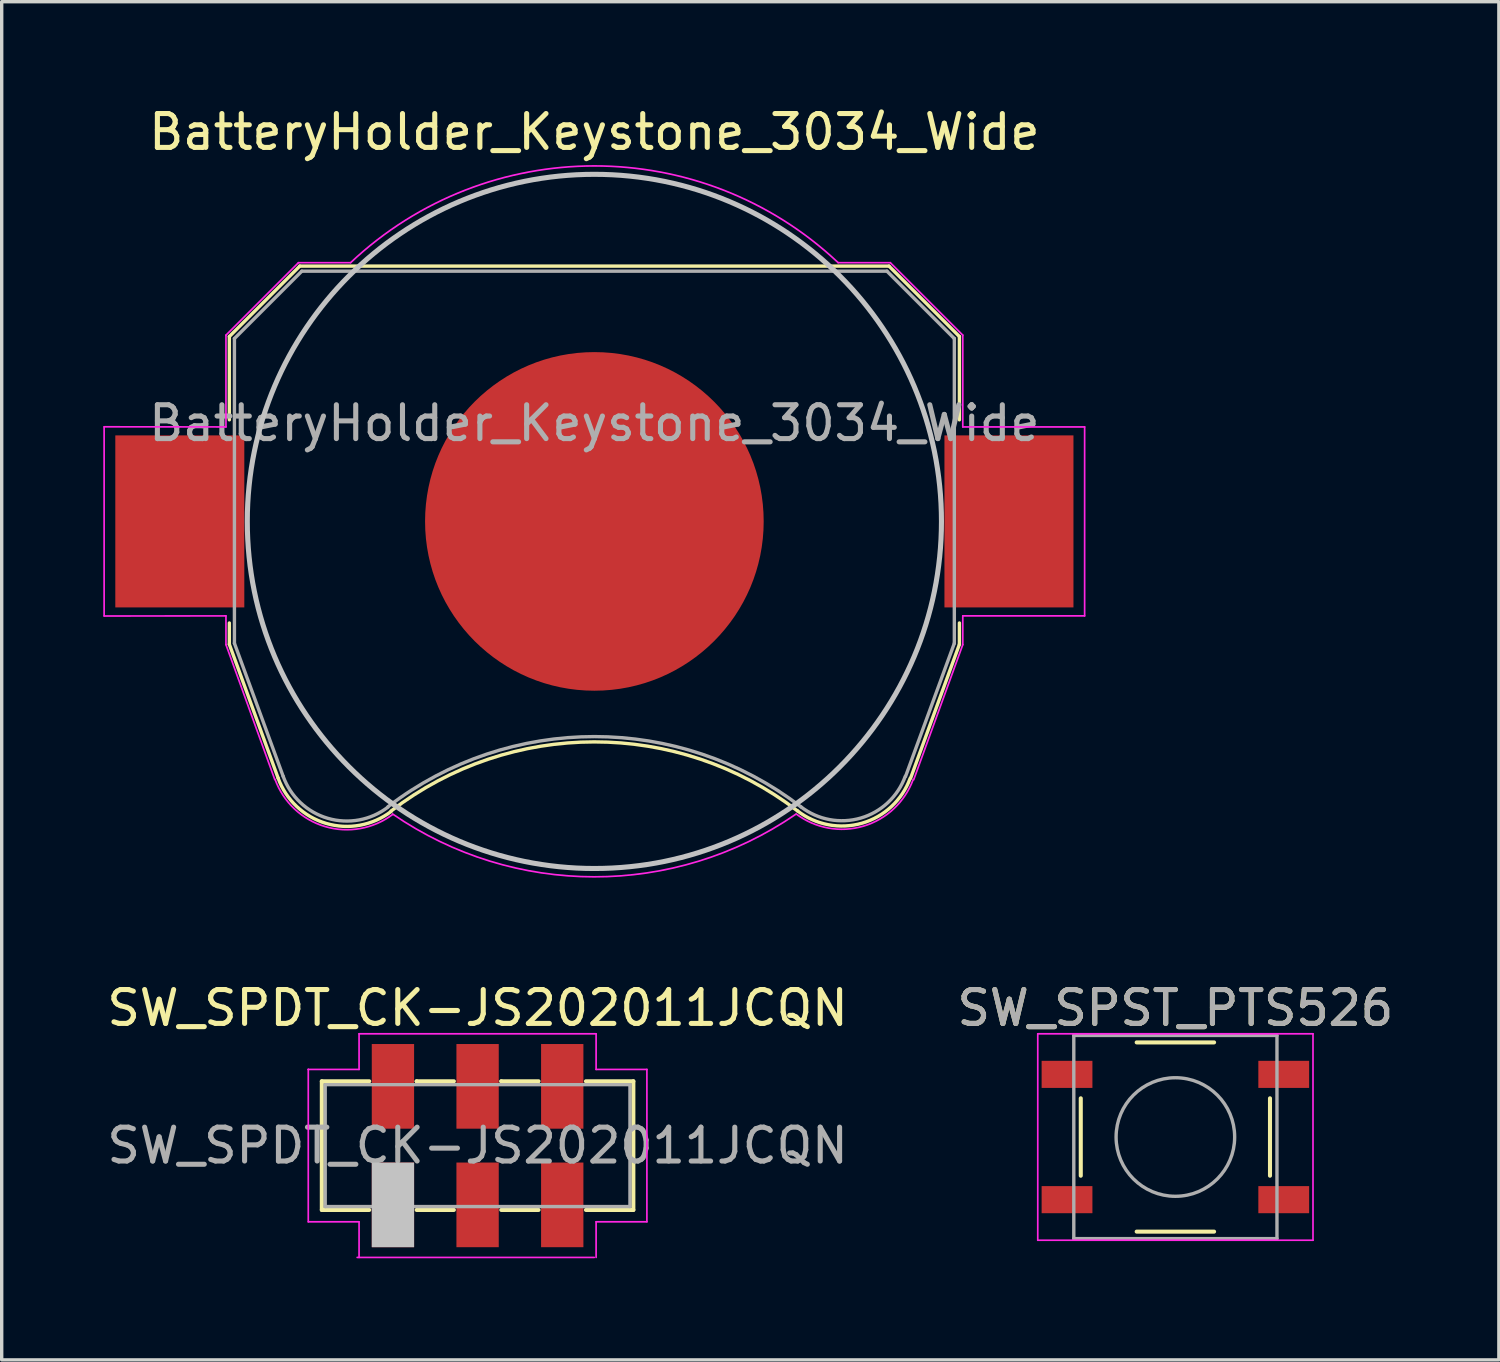
<source format=kicad_pcb>
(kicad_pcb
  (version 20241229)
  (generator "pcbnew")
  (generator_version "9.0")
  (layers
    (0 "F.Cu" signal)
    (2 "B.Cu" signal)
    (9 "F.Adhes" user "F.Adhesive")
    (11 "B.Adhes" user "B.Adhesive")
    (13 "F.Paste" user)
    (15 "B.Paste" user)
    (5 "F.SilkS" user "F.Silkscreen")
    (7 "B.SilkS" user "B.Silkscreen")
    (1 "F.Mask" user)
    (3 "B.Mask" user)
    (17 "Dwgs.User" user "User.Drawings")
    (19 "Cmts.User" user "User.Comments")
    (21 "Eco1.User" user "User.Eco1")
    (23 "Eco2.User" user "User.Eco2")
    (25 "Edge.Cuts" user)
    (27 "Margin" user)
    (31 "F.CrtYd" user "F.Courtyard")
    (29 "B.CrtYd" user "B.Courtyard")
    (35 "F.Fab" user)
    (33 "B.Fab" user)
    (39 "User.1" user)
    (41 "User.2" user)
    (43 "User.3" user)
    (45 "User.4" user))
  (footprint "SW_SPST_PTS526"
    (layer "F.Cu")
    (at 31.661 30.528)
    (property "Reference" "SW_SPST_PTS526" (at 0 -3.81 0) (layer "F.SilkS") (effects (font (size 1 1) (thickness 0.15))))
    (attr smd)
    (fp_line (start -2.794 -1.143) (end -2.794 1.143) (stroke (width 0.12) (type solid)) (layer "F.SilkS"))
    (fp_line (start -1.143 -2.794) (end 1.143 -2.794) (stroke (width 0.12) (type solid)) (layer "F.SilkS"))
    (fp_line (start -1.143 2.794) (end 1.143 2.794) (stroke (width 0.12) (type solid)) (layer "F.SilkS"))
    (fp_line (start 2.794 -1.143) (end 2.794 1.143) (stroke (width 0.12) (type solid)) (layer "F.SilkS"))
    (fp_line (start -4.064 -3.048) (end -4.064 3.048) (stroke (width 0.05) (type solid)) (layer "F.CrtYd"))
    (fp_line (start -4.064 -3.048) (end 4.064 -3.048) (stroke (width 0.05) (type solid)) (layer "F.CrtYd"))
    (fp_line (start -4.064 3.048) (end 4.064 3.048) (stroke (width 0.05) (type solid)) (layer "F.CrtYd"))
    (fp_line (start 4.064 3.048) (end 4.064 -3.048) (stroke (width 0.05) (type solid)) (layer "F.CrtYd"))
    (fp_line (start -3 -3) (end -3 3) (stroke (width 0.1) (type solid)) (layer "F.Fab"))
    (fp_line (start -3 3) (end 3 3) (stroke (width 0.1) (type solid)) (layer "F.Fab"))
    (fp_line (start 3 -3) (end -3 -3) (stroke (width 0.1) (type solid)) (layer "F.Fab"))
    (fp_line (start 3 3) (end 3 -3) (stroke (width 0.1) (type solid)) (layer "F.Fab"))
    (fp_circle (center 0 0) (end 1.75 -0.05) (stroke (width 0.1) (type solid)) (fill no) (layer "F.Fab"))
    (fp_text user "${REFERENCE}" (at 0 -3.81 0) (layer "F.Fab") (effects (font (size 1 1) (thickness 0.15))))
    (pad "1" smd rect (at -3.2 -1.85) (size 1.5 0.8) (layers "F.Cu" "F.Mask" "F.Paste"))
    (pad "1" smd rect (at 3.2 -1.85) (size 1.5 0.8) (layers "F.Cu" "F.Mask" "F.Paste"))
    (pad "2" smd rect (at -3.2 1.85) (size 1.5 0.8) (layers "F.Cu" "F.Mask" "F.Paste"))
    (pad "2" smd rect (at 3.2 1.85) (size 1.5 0.8) (layers "F.Cu" "F.Mask" "F.Paste")))
  (footprint "BatteryHolder_Keystone_3034_Wide"
    (layer "F.Cu")
    (at 14.503 12.348)
    (property "Reference" "BatteryHolder_Keystone_3034_Wide" (at 0 -11.5 0) (layer "F.SilkS") (effects (font (size 1 1) (thickness 0.15))))
    (attr smd)
    (fp_line (start -10.78 -5.46) (end -10.78 -3) (stroke (width 0.1) (type solid)) (layer "F.SilkS"))
    (fp_line (start -10.78 3) (end -10.78 3.63) (stroke (width 0.1) (type solid)) (layer "F.SilkS"))
    (fp_line (start -10.78 3.63) (end -9.34 7.58) (stroke (width 0.1) (type solid)) (layer "F.SilkS"))
    (fp_line (start -8.7 -7.54) (end -10.78 -5.46) (stroke (width 0.1) (type solid)) (layer "F.SilkS"))
    (fp_line (start 8.7 -7.54) (end -8.7 -7.54) (stroke (width 0.1) (type solid)) (layer "F.SilkS"))
    (fp_line (start 8.7 -7.54) (end 10.78 -5.46) (stroke (width 0.1) (type solid)) (layer "F.SilkS"))
    (fp_line (start 10.78 -5.46) (end 10.78 -3) (stroke (width 0.1) (type solid)) (layer "F.SilkS"))
    (fp_line (start 10.78 3) (end 10.78 3.63) (stroke (width 0.1) (type solid)) (layer "F.SilkS"))
    (fp_line (start 10.78 3.63) (end 9.34 7.58) (stroke (width 0.1) (type solid)) (layer "F.SilkS"))
    (fp_arc (start -6.0046 8.553536) (mid -0.002901 6.511341) (end 6 8.55) (stroke (width 0.1) (type solid)) (layer "F.SilkS"))
    (fp_arc (start -6.003354 8.56653) (mid -7.921654 8.918738) (end -9.34 7.58) (stroke (width 0.1) (type solid)) (layer "F.SilkS"))
    (fp_arc (start 9.325243 7.588169) (mid 7.90634 8.911668) (end 6 8.55) (stroke (width 0.1) (type solid)) (layer "F.SilkS"))
    (fp_circle (center 0 0) (end 0 10.25) (stroke (width 0.15) (type solid)) (fill no) (layer "Dwgs.User"))
    (fp_line (start -14.478 -2.79) (end -14.478 2.79) (stroke (width 0.05) (type solid)) (layer "F.CrtYd"))
    (fp_line (start -14.478 2.794) (end -10.88 2.79) (stroke (width 0.05) (type solid)) (layer "F.CrtYd"))
    (fp_line (start -10.88 -5.5) (end -10.88 -2.79) (stroke (width 0.05) (type solid)) (layer "F.CrtYd"))
    (fp_line (start -10.88 -2.79) (end -14.478 -2.794) (stroke (width 0.05) (type solid)) (layer "F.CrtYd"))
    (fp_line (start -10.88 2.79) (end -10.88 3.64) (stroke (width 0.05) (type solid)) (layer "F.CrtYd"))
    (fp_line (start -10.88 3.64) (end -9.44 7.62) (stroke (width 0.05) (type solid)) (layer "F.CrtYd"))
    (fp_line (start -8.74 -7.64) (end -10.88 -5.5) (stroke (width 0.05) (type solid)) (layer "F.CrtYd"))
    (fp_line (start -7.2 -7.64) (end -8.74 -7.64) (stroke (width 0.05) (type solid)) (layer "F.CrtYd"))
    (fp_line (start 8.74 -7.64) (end 7.2 -7.64) (stroke (width 0.05) (type solid)) (layer "F.CrtYd"))
    (fp_line (start 9.43 7.63) (end 10.88 3.64) (stroke (width 0.05) (type solid)) (layer "F.CrtYd"))
    (fp_line (start 10.88 -5.5) (end 8.74 -7.64) (stroke (width 0.05) (type solid)) (layer "F.CrtYd"))
    (fp_line (start 10.88 -2.79) (end 10.88 -5.5) (stroke (width 0.05) (type solid)) (layer "F.CrtYd"))
    (fp_line (start 10.88 2.79) (end 14.478 2.79) (stroke (width 0.05) (type solid)) (layer "F.CrtYd"))
    (fp_line (start 10.88 3.64) (end 10.88 2.79) (stroke (width 0.05) (type solid)) (layer "F.CrtYd"))
    (fp_line (start 14.478 -2.79) (end 10.88 -2.79) (stroke (width 0.05) (type solid)) (layer "F.CrtYd"))
    (fp_line (start 14.478 2.79) (end 14.478 -2.79) (stroke (width 0.05) (type solid)) (layer "F.CrtYd"))
    (fp_arc (start -7.199546 -7.640427) (mid 0.000312 -10.498075) (end 7.2 -7.64) (stroke (width 0.05) (type solid)) (layer "F.CrtYd"))
    (fp_arc (start -5.956965 8.654604) (mid -7.953941 9.011629) (end -9.43 7.62) (stroke (width 0.05) (type solid)) (layer "F.CrtYd"))
    (fp_arc (start 5.945368 8.650075) (mid -0.008883 10.496243) (end -5.96 8.64) (stroke (width 0.05) (type solid)) (layer "F.CrtYd"))
    (fp_arc (start 9.415144 7.621341) (mid 7.944017 9.000493) (end 5.96 8.64) (stroke (width 0.05) (type solid)) (layer "F.CrtYd"))
    (fp_line (start -10.63 -5.4) (end -8.64 -7.39) (stroke (width 0.1) (type solid)) (layer "F.Fab"))
    (fp_line (start -10.63 3.6) (end -10.63 -5.4) (stroke (width 0.1) (type solid)) (layer "F.Fab"))
    (fp_line (start -9.19 7.53) (end -10.63 3.6) (stroke (width 0.1) (type solid)) (layer "F.Fab"))
    (fp_line (start -8.64 -7.39) (end 8.64 -7.39) (stroke (width 0.1) (type solid)) (layer "F.Fab"))
    (fp_line (start 8.64 -7.39) (end 10.63 -5.4) (stroke (width 0.1) (type solid)) (layer "F.Fab"))
    (fp_line (start 10.63 -5.4) (end 10.63 3.6) (stroke (width 0.1) (type solid)) (layer "F.Fab"))
    (fp_line (start 10.63 3.6) (end 9.19 7.53) (stroke (width 0.1) (type solid)) (layer "F.Fab"))
    (fp_arc (start -6.096146 8.438508) (mid -7.87328 8.768206) (end -9.19 7.53) (stroke (width 0.1) (type solid)) (layer "F.Fab"))
    (fp_arc (start -6.094852 8.426043) (mid 0.003247 6.355257) (end 6.1 8.43) (stroke (width 0.1) (type solid)) (layer "F.Fab"))
    (fp_arc (start 9.180727 7.528882) (mid 7.868698 8.760067) (end 6.1 8.43) (stroke (width 0.1) (type solid)) (layer "F.Fab"))
    (fp_text user "${REFERENCE}" (at 0 -2.9 0) (layer "F.Fab") (effects (font (size 1 1) (thickness 0.15))))
    (pad "1" smd rect (at -12.243 0) (size 3.81 5.08) (layers "F.Cu" "F.Mask" "F.Paste"))
    (pad "1" smd rect (at 12.243 0) (size 3.81 5.08) (layers "F.Cu" "F.Mask" "F.Paste"))
    (pad "2" smd circle (at 0 0) (size 10 10) (layers "F.Cu" "F.Mask" "F.Paste")))
  (footprint "SW_SPDT_CK-JS202011JCQN"
    (layer "F.Cu")
    (at 11.054 30.782)
    (property "Reference" "SW_SPDT_CK-JS202011JCQN" (at 0 -4.064 0) (layer "F.SilkS") (effects (font (size 1 1) (thickness 0.15))))
    (attr smd)
    (fp_line (start -4.6 -1.9) (end -3.2 -1.9) (stroke (width 0.12) (type solid)) (layer "F.SilkS"))
    (fp_line (start -4.6 1.9) (end -4.6 -1.9) (stroke (width 0.12) (type solid)) (layer "F.SilkS"))
    (fp_line (start -4.6 1.9) (end -3.2 1.9) (stroke (width 0.12) (type solid)) (layer "F.SilkS"))
    (fp_line (start -1.8 -1.9) (end -1.8 -1.9) (stroke (width 0.12) (type solid)) (layer "F.SilkS"))
    (fp_line (start -0.7 -1.9) (end -1.8 -1.9) (stroke (width 0.12) (type solid)) (layer "F.SilkS"))
    (fp_line (start -0.7 1.9) (end -1.8 1.9) (stroke (width 0.12) (type solid)) (layer "F.SilkS"))
    (fp_line (start 0.7 -1.9) (end 0.7 -1.9) (stroke (width 0.12) (type solid)) (layer "F.SilkS"))
    (fp_line (start 1.8 -1.9) (end 0.7 -1.9) (stroke (width 0.12) (type solid)) (layer "F.SilkS"))
    (fp_line (start 1.8 1.9) (end 0.7 1.9) (stroke (width 0.12) (type solid)) (layer "F.SilkS"))
    (fp_line (start 3.2 -1.9) (end 4.6 -1.9) (stroke (width 0.12) (type solid)) (layer "F.SilkS"))
    (fp_line (start 3.2 1.9) (end 4.6 1.9) (stroke (width 0.12) (type solid)) (layer "F.SilkS"))
    (fp_line (start 4.6 -1.9) (end 4.6 1.9) (stroke (width 0.12) (type solid)) (layer "F.SilkS"))
    (fp_line (start -5 -2.25) (end -5 -2.25) (stroke (width 0.05) (type solid)) (layer "F.CrtYd"))
    (fp_line (start -5 -2.25) (end -5 2.25) (stroke (width 0.05) (type solid)) (layer "F.CrtYd"))
    (fp_line (start -3.5 -3.302) (end -3.5 -2.25) (stroke (width 0.05) (type solid)) (layer "F.CrtYd"))
    (fp_line (start -3.5 -2.25) (end -5 -2.25) (stroke (width 0.05) (type solid)) (layer "F.CrtYd"))
    (fp_line (start -3.5 2.25) (end -5 2.25) (stroke (width 0.05) (type solid)) (layer "F.CrtYd"))
    (fp_line (start -3.5 2.25) (end -3.5 3.302) (stroke (width 0.05) (type solid)) (layer "F.CrtYd"))
    (fp_line (start 3.444 3.302) (end -3.556 3.302) (stroke (width 0.05) (type solid)) (layer "F.CrtYd"))
    (fp_line (start 3.5 -3.302) (end -3.5 -3.302) (stroke (width 0.05) (type solid)) (layer "F.CrtYd"))
    (fp_line (start 3.5 -2.25) (end 3.5 -3.302) (stroke (width 0.05) (type solid)) (layer "F.CrtYd"))
    (fp_line (start 3.5 3.302) (end 3.5 2.25) (stroke (width 0.05) (type solid)) (layer "F.CrtYd"))
    (fp_line (start 5 -2.25) (end 3.5 -2.25) (stroke (width 0.05) (type solid)) (layer "F.CrtYd"))
    (fp_line (start 5 2.25) (end 3.5 2.25) (stroke (width 0.05) (type solid)) (layer "F.CrtYd"))
    (fp_line (start 5 2.25) (end 5 -2.25) (stroke (width 0.05) (type solid)) (layer "F.CrtYd"))
    (fp_line (start -4.5 -1.8) (end -4.5 1.8) (stroke (width 0.1) (type solid)) (layer "F.Fab"))
    (fp_line (start -4.5 -1.8) (end 4.5 -1.8) (stroke (width 0.1) (type solid)) (layer "F.Fab"))
    (fp_line (start -4.5 1.8) (end 4.5 1.8) (stroke (width 0.1) (type solid)) (layer "F.Fab"))
    (fp_line (start 4.5 -1.8) (end 4.5 1.8) (stroke (width 0.1) (type solid)) (layer "F.Fab"))
    (fp_text user "${REFERENCE}" (at 0 0 0) (layer "F.Fab") (effects (font (size 1 1) (thickness 0.15))))
    (pad "1" smd rect (at -2.5 -1.75) (size 1.25 2.5) (layers "F.Cu" "F.Mask" "F.Paste"))
    (pad "2" smd rect (at 0 -1.75) (size 1.25 2.5) (layers "F.Cu" "F.Mask" "F.Paste"))
    (pad "3" smd rect (at 2.5 -1.75) (size 1.25 2.5) (layers "F.Cu" "F.Mask" "F.Paste"))
    (pad "4" smd rect (at -2.5 1.75) (size 1.25 2.5) (layers "F.Cu" "F.Mask" "F.Paste" "Dwgs.User"))
    (pad "5" smd rect (at 0 1.75) (size 1.25 2.5) (layers "F.Cu" "F.Mask" "F.Paste"))
    (pad "6" smd rect (at 2.5 1.75) (size 1.25 2.5) (layers "F.Cu" "F.Mask" "F.Paste")))
  (gr_rect
    (start -3 -3)
    (end 41.214 37.109)
    (stroke (width 0.1) (type default))
    (fill no)
    (layer "Edge.Cuts")))
</source>
